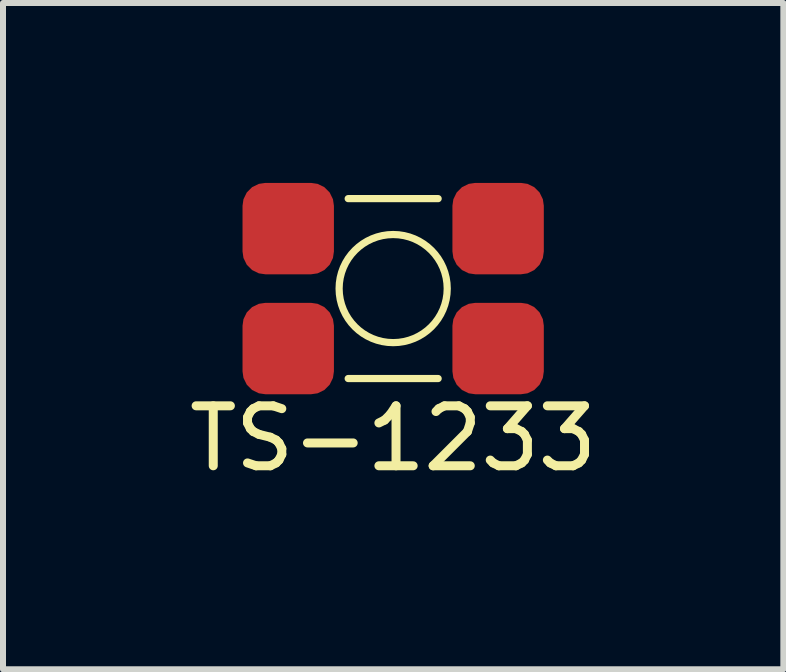
<source format=kicad_pcb>
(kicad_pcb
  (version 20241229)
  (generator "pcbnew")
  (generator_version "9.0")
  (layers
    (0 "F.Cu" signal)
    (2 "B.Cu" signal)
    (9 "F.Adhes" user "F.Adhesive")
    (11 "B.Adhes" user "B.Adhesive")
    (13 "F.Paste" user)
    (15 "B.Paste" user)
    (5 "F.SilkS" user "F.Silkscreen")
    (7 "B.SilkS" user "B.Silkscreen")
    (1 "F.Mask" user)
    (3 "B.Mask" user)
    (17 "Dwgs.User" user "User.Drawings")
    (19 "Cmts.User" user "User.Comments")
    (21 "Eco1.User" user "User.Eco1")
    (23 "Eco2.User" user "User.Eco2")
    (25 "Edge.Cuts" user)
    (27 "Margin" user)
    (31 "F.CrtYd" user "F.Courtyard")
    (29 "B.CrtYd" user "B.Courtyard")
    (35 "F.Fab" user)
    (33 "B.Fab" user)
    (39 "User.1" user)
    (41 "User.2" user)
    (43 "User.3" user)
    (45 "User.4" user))
  (footprint "TS-1233"
    (layer "F.Cu")
    (at 3.506 1.762)
    (property "Reference" "TS-1233" (at 0 2.5 0) (layer "F.SilkS") (effects (font (size 1 1) (thickness 0.15))))
    (attr through_hole)
    (fp_line (start -0.75 -1.5) (end 0.75 -1.5) (stroke (width 0.12) (type solid)) (layer "F.SilkS"))
    (fp_line (start -0.75 1.5) (end 0.75 1.5) (stroke (width 0.12) (type solid)) (layer "F.SilkS"))
    (fp_circle (center 0 0) (end 0.75 -0.5) (stroke (width 0.12) (type solid)) (fill no) (layer "F.SilkS"))
    (pad "1" smd roundrect (at -1.75 -1) (size 1.524 1.524) (layers "F.Cu" "F.Mask" "F.Paste") (roundrect_rratio 0.25))
    (pad "2" smd roundrect (at 1.75 -1) (size 1.524 1.524) (layers "F.Cu" "F.Mask" "F.Paste") (roundrect_rratio 0.25))
    (pad "3" smd roundrect (at -1.75 1) (size 1.524 1.524) (layers "F.Cu" "F.Mask" "F.Paste") (roundrect_rratio 0.25))
    (pad "4" smd roundrect (at 1.75 1) (size 1.524 1.524) (layers "F.Cu" "F.Mask" "F.Paste") (roundrect_rratio 0.25)))
  (gr_rect
    (start -3 -3)
    (end 10.012 8.11)
    (stroke (width 0.1) (type default))
    (fill no)
    (layer "Edge.Cuts")))
</source>
